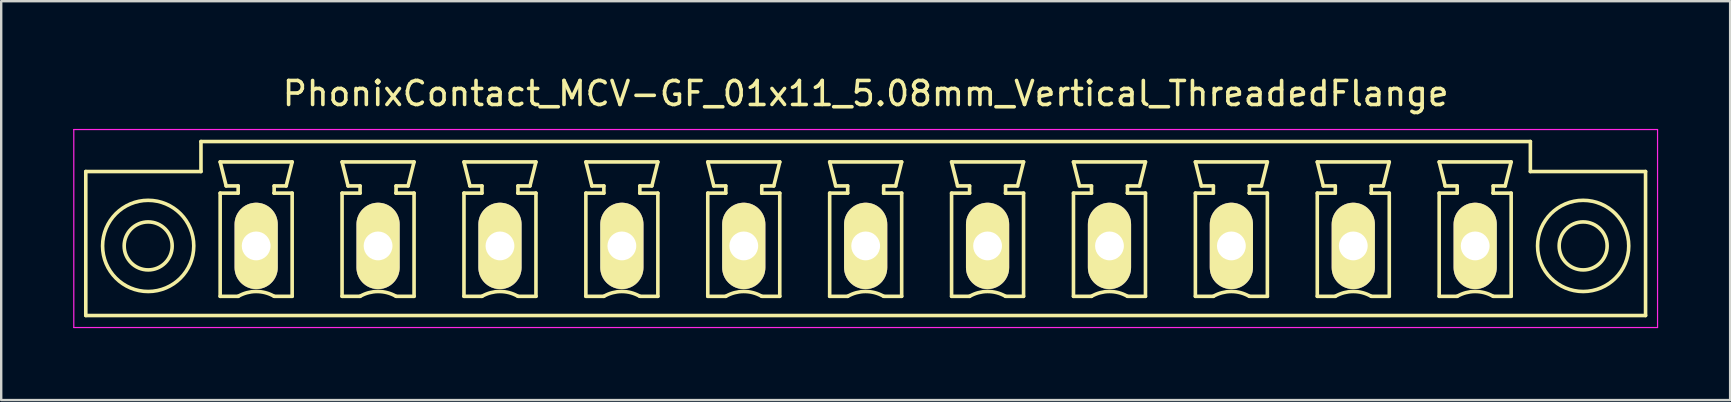
<source format=kicad_pcb>
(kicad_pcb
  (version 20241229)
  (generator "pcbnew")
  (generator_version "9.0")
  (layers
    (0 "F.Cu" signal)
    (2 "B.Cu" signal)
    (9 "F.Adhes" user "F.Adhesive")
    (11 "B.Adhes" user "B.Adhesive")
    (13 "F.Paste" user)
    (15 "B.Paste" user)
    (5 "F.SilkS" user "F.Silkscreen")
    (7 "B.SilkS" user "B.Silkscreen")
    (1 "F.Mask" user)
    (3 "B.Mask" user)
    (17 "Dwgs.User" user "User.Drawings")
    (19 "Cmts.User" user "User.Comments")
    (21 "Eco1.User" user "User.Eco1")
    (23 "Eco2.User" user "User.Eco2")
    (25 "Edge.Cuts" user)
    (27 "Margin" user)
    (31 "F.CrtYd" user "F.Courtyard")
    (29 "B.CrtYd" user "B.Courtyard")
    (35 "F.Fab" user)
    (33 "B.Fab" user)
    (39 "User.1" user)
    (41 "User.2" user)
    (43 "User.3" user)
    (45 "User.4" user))
  (footprint "PhonixContact_MCV-GF_01x11_5.08mm_Vertical_ThreadedFlange"
    (layer "F.Cu")
    (at 7.625 7.198)
    (property "Reference" "PhonixContact_MCV-GF_01x11_5.08mm_Vertical_ThreadedFlange" (at 25.4 -6.35 0) (layer "F.SilkS") (effects (font (size 1 1) (thickness 0.15))))
    (attr through_hole)
    (fp_line (start -7.1 -3.1) (end -7.1 2.9) (stroke (width 0.15) (type solid)) (layer "F.SilkS"))
    (fp_line (start -7.1 2.9) (end 57.9 2.9) (stroke (width 0.15) (type solid)) (layer "F.SilkS"))
    (fp_line (start -2.3 -4.35) (end -2.3 -3.1) (stroke (width 0.15) (type solid)) (layer "F.SilkS"))
    (fp_line (start -2.3 -3.1) (end -7.1 -3.1) (stroke (width 0.15) (type solid)) (layer "F.SilkS"))
    (fp_line (start -1.5 -3.5) (end 1.5 -3.5) (stroke (width 0.15) (type solid)) (layer "F.SilkS"))
    (fp_line (start -1.5 -2.2) (end -0.75 -2.2) (stroke (width 0.15) (type solid)) (layer "F.SilkS"))
    (fp_line (start -1.5 2.1) (end -1.5 -2.2) (stroke (width 0.15) (type solid)) (layer "F.SilkS"))
    (fp_line (start -1.25 -2.5) (end -1.5 -3.5) (stroke (width 0.15) (type solid)) (layer "F.SilkS"))
    (fp_line (start -0.75 -2.5) (end -1.25 -2.5) (stroke (width 0.15) (type solid)) (layer "F.SilkS"))
    (fp_line (start -0.75 -2.2) (end -0.75 -2.5) (stroke (width 0.15) (type solid)) (layer "F.SilkS"))
    (fp_line (start -0.75 2.1) (end -1.5 2.1) (stroke (width 0.15) (type solid)) (layer "F.SilkS"))
    (fp_line (start 0.75 -2.5) (end 0.75 -2.2) (stroke (width 0.15) (type solid)) (layer "F.SilkS"))
    (fp_line (start 0.75 -2.2) (end 0.75 -2.2) (stroke (width 0.15) (type solid)) (layer "F.SilkS"))
    (fp_line (start 0.75 -2.2) (end 1.5 -2.2) (stroke (width 0.15) (type solid)) (layer "F.SilkS"))
    (fp_line (start 1.25 -2.5) (end 0.75 -2.5) (stroke (width 0.15) (type solid)) (layer "F.SilkS"))
    (fp_line (start 1.5 -3.5) (end 1.25 -2.5) (stroke (width 0.15) (type solid)) (layer "F.SilkS"))
    (fp_line (start 1.5 -2.2) (end 1.5 2.1) (stroke (width 0.15) (type solid)) (layer "F.SilkS"))
    (fp_line (start 1.5 2.1) (end 0.75 2.1) (stroke (width 0.15) (type solid)) (layer "F.SilkS"))
    (fp_line (start 3.58 -3.5) (end 6.58 -3.5) (stroke (width 0.15) (type solid)) (layer "F.SilkS"))
    (fp_line (start 3.58 -2.2) (end 4.33 -2.2) (stroke (width 0.15) (type solid)) (layer "F.SilkS"))
    (fp_line (start 3.58 2.1) (end 3.58 -2.2) (stroke (width 0.15) (type solid)) (layer "F.SilkS"))
    (fp_line (start 3.83 -2.5) (end 3.58 -3.5) (stroke (width 0.15) (type solid)) (layer "F.SilkS"))
    (fp_line (start 4.33 -2.5) (end 3.83 -2.5) (stroke (width 0.15) (type solid)) (layer "F.SilkS"))
    (fp_line (start 4.33 -2.2) (end 4.33 -2.5) (stroke (width 0.15) (type solid)) (layer "F.SilkS"))
    (fp_line (start 4.33 2.1) (end 3.58 2.1) (stroke (width 0.15) (type solid)) (layer "F.SilkS"))
    (fp_line (start 5.83 -2.5) (end 5.83 -2.2) (stroke (width 0.15) (type solid)) (layer "F.SilkS"))
    (fp_line (start 5.83 -2.2) (end 5.83 -2.2) (stroke (width 0.15) (type solid)) (layer "F.SilkS"))
    (fp_line (start 5.83 -2.2) (end 6.58 -2.2) (stroke (width 0.15) (type solid)) (layer "F.SilkS"))
    (fp_line (start 6.33 -2.5) (end 5.83 -2.5) (stroke (width 0.15) (type solid)) (layer "F.SilkS"))
    (fp_line (start 6.58 -3.5) (end 6.33 -2.5) (stroke (width 0.15) (type solid)) (layer "F.SilkS"))
    (fp_line (start 6.58 -2.2) (end 6.58 2.1) (stroke (width 0.15) (type solid)) (layer "F.SilkS"))
    (fp_line (start 6.58 2.1) (end 5.83 2.1) (stroke (width 0.15) (type solid)) (layer "F.SilkS"))
    (fp_line (start 8.66 -3.5) (end 11.66 -3.5) (stroke (width 0.15) (type solid)) (layer "F.SilkS"))
    (fp_line (start 8.66 -2.2) (end 9.41 -2.2) (stroke (width 0.15) (type solid)) (layer "F.SilkS"))
    (fp_line (start 8.66 2.1) (end 8.66 -2.2) (stroke (width 0.15) (type solid)) (layer "F.SilkS"))
    (fp_line (start 8.91 -2.5) (end 8.66 -3.5) (stroke (width 0.15) (type solid)) (layer "F.SilkS"))
    (fp_line (start 9.41 -2.5) (end 8.91 -2.5) (stroke (width 0.15) (type solid)) (layer "F.SilkS"))
    (fp_line (start 9.41 -2.2) (end 9.41 -2.5) (stroke (width 0.15) (type solid)) (layer "F.SilkS"))
    (fp_line (start 9.41 2.1) (end 8.66 2.1) (stroke (width 0.15) (type solid)) (layer "F.SilkS"))
    (fp_line (start 10.91 -2.5) (end 10.91 -2.2) (stroke (width 0.15) (type solid)) (layer "F.SilkS"))
    (fp_line (start 10.91 -2.2) (end 10.91 -2.2) (stroke (width 0.15) (type solid)) (layer "F.SilkS"))
    (fp_line (start 10.91 -2.2) (end 11.66 -2.2) (stroke (width 0.15) (type solid)) (layer "F.SilkS"))
    (fp_line (start 11.41 -2.5) (end 10.91 -2.5) (stroke (width 0.15) (type solid)) (layer "F.SilkS"))
    (fp_line (start 11.66 -3.5) (end 11.41 -2.5) (stroke (width 0.15) (type solid)) (layer "F.SilkS"))
    (fp_line (start 11.66 -2.2) (end 11.66 2.1) (stroke (width 0.15) (type solid)) (layer "F.SilkS"))
    (fp_line (start 11.66 2.1) (end 10.91 2.1) (stroke (width 0.15) (type solid)) (layer "F.SilkS"))
    (fp_line (start 13.74 -3.5) (end 16.74 -3.5) (stroke (width 0.15) (type solid)) (layer "F.SilkS"))
    (fp_line (start 13.74 -2.2) (end 14.49 -2.2) (stroke (width 0.15) (type solid)) (layer "F.SilkS"))
    (fp_line (start 13.74 2.1) (end 13.74 -2.2) (stroke (width 0.15) (type solid)) (layer "F.SilkS"))
    (fp_line (start 13.99 -2.5) (end 13.74 -3.5) (stroke (width 0.15) (type solid)) (layer "F.SilkS"))
    (fp_line (start 14.49 -2.5) (end 13.99 -2.5) (stroke (width 0.15) (type solid)) (layer "F.SilkS"))
    (fp_line (start 14.49 -2.2) (end 14.49 -2.5) (stroke (width 0.15) (type solid)) (layer "F.SilkS"))
    (fp_line (start 14.49 2.1) (end 13.74 2.1) (stroke (width 0.15) (type solid)) (layer "F.SilkS"))
    (fp_line (start 15.99 -2.5) (end 15.99 -2.2) (stroke (width 0.15) (type solid)) (layer "F.SilkS"))
    (fp_line (start 15.99 -2.2) (end 15.99 -2.2) (stroke (width 0.15) (type solid)) (layer "F.SilkS"))
    (fp_line (start 15.99 -2.2) (end 16.74 -2.2) (stroke (width 0.15) (type solid)) (layer "F.SilkS"))
    (fp_line (start 16.49 -2.5) (end 15.99 -2.5) (stroke (width 0.15) (type solid)) (layer "F.SilkS"))
    (fp_line (start 16.74 -3.5) (end 16.49 -2.5) (stroke (width 0.15) (type solid)) (layer "F.SilkS"))
    (fp_line (start 16.74 -2.2) (end 16.74 2.1) (stroke (width 0.15) (type solid)) (layer "F.SilkS"))
    (fp_line (start 16.74 2.1) (end 15.99 2.1) (stroke (width 0.15) (type solid)) (layer "F.SilkS"))
    (fp_line (start 18.82 -3.5) (end 21.82 -3.5) (stroke (width 0.15) (type solid)) (layer "F.SilkS"))
    (fp_line (start 18.82 -2.2) (end 19.57 -2.2) (stroke (width 0.15) (type solid)) (layer "F.SilkS"))
    (fp_line (start 18.82 2.1) (end 18.82 -2.2) (stroke (width 0.15) (type solid)) (layer "F.SilkS"))
    (fp_line (start 19.07 -2.5) (end 18.82 -3.5) (stroke (width 0.15) (type solid)) (layer "F.SilkS"))
    (fp_line (start 19.57 -2.5) (end 19.07 -2.5) (stroke (width 0.15) (type solid)) (layer "F.SilkS"))
    (fp_line (start 19.57 -2.2) (end 19.57 -2.5) (stroke (width 0.15) (type solid)) (layer "F.SilkS"))
    (fp_line (start 19.57 2.1) (end 18.82 2.1) (stroke (width 0.15) (type solid)) (layer "F.SilkS"))
    (fp_line (start 21.07 -2.5) (end 21.07 -2.2) (stroke (width 0.15) (type solid)) (layer "F.SilkS"))
    (fp_line (start 21.07 -2.2) (end 21.07 -2.2) (stroke (width 0.15) (type solid)) (layer "F.SilkS"))
    (fp_line (start 21.07 -2.2) (end 21.82 -2.2) (stroke (width 0.15) (type solid)) (layer "F.SilkS"))
    (fp_line (start 21.57 -2.5) (end 21.07 -2.5) (stroke (width 0.15) (type solid)) (layer "F.SilkS"))
    (fp_line (start 21.82 -3.5) (end 21.57 -2.5) (stroke (width 0.15) (type solid)) (layer "F.SilkS"))
    (fp_line (start 21.82 -2.2) (end 21.82 2.1) (stroke (width 0.15) (type solid)) (layer "F.SilkS"))
    (fp_line (start 21.82 2.1) (end 21.07 2.1) (stroke (width 0.15) (type solid)) (layer "F.SilkS"))
    (fp_line (start 23.9 -3.5) (end 26.9 -3.5) (stroke (width 0.15) (type solid)) (layer "F.SilkS"))
    (fp_line (start 23.9 -2.2) (end 24.65 -2.2) (stroke (width 0.15) (type solid)) (layer "F.SilkS"))
    (fp_line (start 23.9 2.1) (end 23.9 -2.2) (stroke (width 0.15) (type solid)) (layer "F.SilkS"))
    (fp_line (start 24.15 -2.5) (end 23.9 -3.5) (stroke (width 0.15) (type solid)) (layer "F.SilkS"))
    (fp_line (start 24.65 -2.5) (end 24.15 -2.5) (stroke (width 0.15) (type solid)) (layer "F.SilkS"))
    (fp_line (start 24.65 -2.2) (end 24.65 -2.5) (stroke (width 0.15) (type solid)) (layer "F.SilkS"))
    (fp_line (start 24.65 2.1) (end 23.9 2.1) (stroke (width 0.15) (type solid)) (layer "F.SilkS"))
    (fp_line (start 26.15 -2.5) (end 26.15 -2.2) (stroke (width 0.15) (type solid)) (layer "F.SilkS"))
    (fp_line (start 26.15 -2.2) (end 26.15 -2.2) (stroke (width 0.15) (type solid)) (layer "F.SilkS"))
    (fp_line (start 26.15 -2.2) (end 26.9 -2.2) (stroke (width 0.15) (type solid)) (layer "F.SilkS"))
    (fp_line (start 26.65 -2.5) (end 26.15 -2.5) (stroke (width 0.15) (type solid)) (layer "F.SilkS"))
    (fp_line (start 26.9 -3.5) (end 26.65 -2.5) (stroke (width 0.15) (type solid)) (layer "F.SilkS"))
    (fp_line (start 26.9 -2.2) (end 26.9 2.1) (stroke (width 0.15) (type solid)) (layer "F.SilkS"))
    (fp_line (start 26.9 2.1) (end 26.15 2.1) (stroke (width 0.15) (type solid)) (layer "F.SilkS"))
    (fp_line (start 28.98 -3.5) (end 31.98 -3.5) (stroke (width 0.15) (type solid)) (layer "F.SilkS"))
    (fp_line (start 28.98 -2.2) (end 29.73 -2.2) (stroke (width 0.15) (type solid)) (layer "F.SilkS"))
    (fp_line (start 28.98 2.1) (end 28.98 -2.2) (stroke (width 0.15) (type solid)) (layer "F.SilkS"))
    (fp_line (start 29.23 -2.5) (end 28.98 -3.5) (stroke (width 0.15) (type solid)) (layer "F.SilkS"))
    (fp_line (start 29.73 -2.5) (end 29.23 -2.5) (stroke (width 0.15) (type solid)) (layer "F.SilkS"))
    (fp_line (start 29.73 -2.2) (end 29.73 -2.5) (stroke (width 0.15) (type solid)) (layer "F.SilkS"))
    (fp_line (start 29.73 2.1) (end 28.98 2.1) (stroke (width 0.15) (type solid)) (layer "F.SilkS"))
    (fp_line (start 31.23 -2.5) (end 31.23 -2.2) (stroke (width 0.15) (type solid)) (layer "F.SilkS"))
    (fp_line (start 31.23 -2.2) (end 31.23 -2.2) (stroke (width 0.15) (type solid)) (layer "F.SilkS"))
    (fp_line (start 31.23 -2.2) (end 31.98 -2.2) (stroke (width 0.15) (type solid)) (layer "F.SilkS"))
    (fp_line (start 31.73 -2.5) (end 31.23 -2.5) (stroke (width 0.15) (type solid)) (layer "F.SilkS"))
    (fp_line (start 31.98 -3.5) (end 31.73 -2.5) (stroke (width 0.15) (type solid)) (layer "F.SilkS"))
    (fp_line (start 31.98 -2.2) (end 31.98 2.1) (stroke (width 0.15) (type solid)) (layer "F.SilkS"))
    (fp_line (start 31.98 2.1) (end 31.23 2.1) (stroke (width 0.15) (type solid)) (layer "F.SilkS"))
    (fp_line (start 34.06 -3.5) (end 37.06 -3.5) (stroke (width 0.15) (type solid)) (layer "F.SilkS"))
    (fp_line (start 34.06 -2.2) (end 34.81 -2.2) (stroke (width 0.15) (type solid)) (layer "F.SilkS"))
    (fp_line (start 34.06 2.1) (end 34.06 -2.2) (stroke (width 0.15) (type solid)) (layer "F.SilkS"))
    (fp_line (start 34.31 -2.5) (end 34.06 -3.5) (stroke (width 0.15) (type solid)) (layer "F.SilkS"))
    (fp_line (start 34.81 -2.5) (end 34.31 -2.5) (stroke (width 0.15) (type solid)) (layer "F.SilkS"))
    (fp_line (start 34.81 -2.2) (end 34.81 -2.5) (stroke (width 0.15) (type solid)) (layer "F.SilkS"))
    (fp_line (start 34.81 2.1) (end 34.06 2.1) (stroke (width 0.15) (type solid)) (layer "F.SilkS"))
    (fp_line (start 36.31 -2.5) (end 36.31 -2.2) (stroke (width 0.15) (type solid)) (layer "F.SilkS"))
    (fp_line (start 36.31 -2.2) (end 36.31 -2.2) (stroke (width 0.15) (type solid)) (layer "F.SilkS"))
    (fp_line (start 36.31 -2.2) (end 37.06 -2.2) (stroke (width 0.15) (type solid)) (layer "F.SilkS"))
    (fp_line (start 36.81 -2.5) (end 36.31 -2.5) (stroke (width 0.15) (type solid)) (layer "F.SilkS"))
    (fp_line (start 37.06 -3.5) (end 36.81 -2.5) (stroke (width 0.15) (type solid)) (layer "F.SilkS"))
    (fp_line (start 37.06 -2.2) (end 37.06 2.1) (stroke (width 0.15) (type solid)) (layer "F.SilkS"))
    (fp_line (start 37.06 2.1) (end 36.31 2.1) (stroke (width 0.15) (type solid)) (layer "F.SilkS"))
    (fp_line (start 39.14 -3.5) (end 42.14 -3.5) (stroke (width 0.15) (type solid)) (layer "F.SilkS"))
    (fp_line (start 39.14 -2.2) (end 39.89 -2.2) (stroke (width 0.15) (type solid)) (layer "F.SilkS"))
    (fp_line (start 39.14 2.1) (end 39.14 -2.2) (stroke (width 0.15) (type solid)) (layer "F.SilkS"))
    (fp_line (start 39.39 -2.5) (end 39.14 -3.5) (stroke (width 0.15) (type solid)) (layer "F.SilkS"))
    (fp_line (start 39.89 -2.5) (end 39.39 -2.5) (stroke (width 0.15) (type solid)) (layer "F.SilkS"))
    (fp_line (start 39.89 -2.2) (end 39.89 -2.5) (stroke (width 0.15) (type solid)) (layer "F.SilkS"))
    (fp_line (start 39.89 2.1) (end 39.14 2.1) (stroke (width 0.15) (type solid)) (layer "F.SilkS"))
    (fp_line (start 41.39 -2.5) (end 41.39 -2.2) (stroke (width 0.15) (type solid)) (layer "F.SilkS"))
    (fp_line (start 41.39 -2.2) (end 41.39 -2.2) (stroke (width 0.15) (type solid)) (layer "F.SilkS"))
    (fp_line (start 41.39 -2.2) (end 42.14 -2.2) (stroke (width 0.15) (type solid)) (layer "F.SilkS"))
    (fp_line (start 41.89 -2.5) (end 41.39 -2.5) (stroke (width 0.15) (type solid)) (layer "F.SilkS"))
    (fp_line (start 42.14 -3.5) (end 41.89 -2.5) (stroke (width 0.15) (type solid)) (layer "F.SilkS"))
    (fp_line (start 42.14 -2.2) (end 42.14 2.1) (stroke (width 0.15) (type solid)) (layer "F.SilkS"))
    (fp_line (start 42.14 2.1) (end 41.39 2.1) (stroke (width 0.15) (type solid)) (layer "F.SilkS"))
    (fp_line (start 44.22 -3.5) (end 47.22 -3.5) (stroke (width 0.15) (type solid)) (layer "F.SilkS"))
    (fp_line (start 44.22 -2.2) (end 44.97 -2.2) (stroke (width 0.15) (type solid)) (layer "F.SilkS"))
    (fp_line (start 44.22 2.1) (end 44.22 -2.2) (stroke (width 0.15) (type solid)) (layer "F.SilkS"))
    (fp_line (start 44.47 -2.5) (end 44.22 -3.5) (stroke (width 0.15) (type solid)) (layer "F.SilkS"))
    (fp_line (start 44.97 -2.5) (end 44.47 -2.5) (stroke (width 0.15) (type solid)) (layer "F.SilkS"))
    (fp_line (start 44.97 -2.2) (end 44.97 -2.5) (stroke (width 0.15) (type solid)) (layer "F.SilkS"))
    (fp_line (start 44.97 2.1) (end 44.22 2.1) (stroke (width 0.15) (type solid)) (layer "F.SilkS"))
    (fp_line (start 46.47 -2.5) (end 46.47 -2.2) (stroke (width 0.15) (type solid)) (layer "F.SilkS"))
    (fp_line (start 46.47 -2.2) (end 46.47 -2.2) (stroke (width 0.15) (type solid)) (layer "F.SilkS"))
    (fp_line (start 46.47 -2.2) (end 47.22 -2.2) (stroke (width 0.15) (type solid)) (layer "F.SilkS"))
    (fp_line (start 46.97 -2.5) (end 46.47 -2.5) (stroke (width 0.15) (type solid)) (layer "F.SilkS"))
    (fp_line (start 47.22 -3.5) (end 46.97 -2.5) (stroke (width 0.15) (type solid)) (layer "F.SilkS"))
    (fp_line (start 47.22 -2.2) (end 47.22 2.1) (stroke (width 0.15) (type solid)) (layer "F.SilkS"))
    (fp_line (start 47.22 2.1) (end 46.47 2.1) (stroke (width 0.15) (type solid)) (layer "F.SilkS"))
    (fp_line (start 49.3 -3.5) (end 52.3 -3.5) (stroke (width 0.15) (type solid)) (layer "F.SilkS"))
    (fp_line (start 49.3 -2.2) (end 50.05 -2.2) (stroke (width 0.15) (type solid)) (layer "F.SilkS"))
    (fp_line (start 49.3 2.1) (end 49.3 -2.2) (stroke (width 0.15) (type solid)) (layer "F.SilkS"))
    (fp_line (start 49.55 -2.5) (end 49.3 -3.5) (stroke (width 0.15) (type solid)) (layer "F.SilkS"))
    (fp_line (start 50.05 -2.5) (end 49.55 -2.5) (stroke (width 0.15) (type solid)) (layer "F.SilkS"))
    (fp_line (start 50.05 -2.2) (end 50.05 -2.5) (stroke (width 0.15) (type solid)) (layer "F.SilkS"))
    (fp_line (start 50.05 2.1) (end 49.3 2.1) (stroke (width 0.15) (type solid)) (layer "F.SilkS"))
    (fp_line (start 51.55 -2.5) (end 51.55 -2.2) (stroke (width 0.15) (type solid)) (layer "F.SilkS"))
    (fp_line (start 51.55 -2.2) (end 51.55 -2.2) (stroke (width 0.15) (type solid)) (layer "F.SilkS"))
    (fp_line (start 51.55 -2.2) (end 52.3 -2.2) (stroke (width 0.15) (type solid)) (layer "F.SilkS"))
    (fp_line (start 52.05 -2.5) (end 51.55 -2.5) (stroke (width 0.15) (type solid)) (layer "F.SilkS"))
    (fp_line (start 52.3 -3.5) (end 52.05 -2.5) (stroke (width 0.15) (type solid)) (layer "F.SilkS"))
    (fp_line (start 52.3 -2.2) (end 52.3 2.1) (stroke (width 0.15) (type solid)) (layer "F.SilkS"))
    (fp_line (start 52.3 2.1) (end 51.55 2.1) (stroke (width 0.15) (type solid)) (layer "F.SilkS"))
    (fp_line (start 53.1 -4.35) (end -2.3 -4.35) (stroke (width 0.15) (type solid)) (layer "F.SilkS"))
    (fp_line (start 53.1 -3.1) (end 53.1 -4.35) (stroke (width 0.15) (type solid)) (layer "F.SilkS"))
    (fp_line (start 57.9 -3.1) (end 53.1 -3.1) (stroke (width 0.15) (type solid)) (layer "F.SilkS"))
    (fp_line (start 57.9 2.9) (end 57.9 -3.1) (stroke (width 0.15) (type solid)) (layer "F.SilkS"))
    (fp_arc (start -0.75 2.1) (mid -0.006068 1.899179) (end 0.739464 2.093978) (stroke (width 0.15) (type solid)) (layer "F.SilkS"))
    (fp_arc (start 4.33 2.1) (mid 5.073932 1.899179) (end 5.819464 2.093978) (stroke (width 0.15) (type solid)) (layer "F.SilkS"))
    (fp_arc (start 9.41 2.1) (mid 10.153932 1.899179) (end 10.899464 2.093978) (stroke (width 0.15) (type solid)) (layer "F.SilkS"))
    (fp_arc (start 14.49 2.1) (mid 15.233932 1.899179) (end 15.979464 2.093978) (stroke (width 0.15) (type solid)) (layer "F.SilkS"))
    (fp_arc (start 19.57 2.1) (mid 20.313932 1.899179) (end 21.059464 2.093978) (stroke (width 0.15) (type solid)) (layer "F.SilkS"))
    (fp_arc (start 24.65 2.1) (mid 25.393932 1.899179) (end 26.139464 2.093978) (stroke (width 0.15) (type solid)) (layer "F.SilkS"))
    (fp_arc (start 29.73 2.1) (mid 30.473932 1.899179) (end 31.219464 2.093978) (stroke (width 0.15) (type solid)) (layer "F.SilkS"))
    (fp_arc (start 34.81 2.1) (mid 35.553932 1.899179) (end 36.299464 2.093978) (stroke (width 0.15) (type solid)) (layer "F.SilkS"))
    (fp_arc (start 39.89 2.1) (mid 40.633932 1.899179) (end 41.379464 2.093978) (stroke (width 0.15) (type solid)) (layer "F.SilkS"))
    (fp_arc (start 44.97 2.1) (mid 45.713932 1.899179) (end 46.459464 2.093978) (stroke (width 0.15) (type solid)) (layer "F.SilkS"))
    (fp_arc (start 50.05 2.1) (mid 50.793932 1.899179) (end 51.539464 2.093978) (stroke (width 0.15) (type solid)) (layer "F.SilkS"))
    (fp_circle (center -4.5 0) (end -3.5 0) (stroke (width 0.15) (type solid)) (fill no) (layer "F.SilkS"))
    (fp_circle (center -4.5 0) (end -2.6 0) (stroke (width 0.15) (type solid)) (fill no) (layer "F.SilkS"))
    (fp_circle (center 55.3 0) (end 56.3 0) (stroke (width 0.15) (type solid)) (fill no) (layer "F.SilkS"))
    (fp_circle (center 55.3 0) (end 57.2 0) (stroke (width 0.15) (type solid)) (fill no) (layer "F.SilkS"))
    (fp_line (start -7.6 -4.85) (end -7.6 3.4) (stroke (width 0.05) (type solid)) (layer "F.CrtYd"))
    (fp_line (start -7.6 3.4) (end 58.4 3.4) (stroke (width 0.05) (type solid)) (layer "F.CrtYd"))
    (fp_line (start 58.4 -4.85) (end -7.6 -4.85) (stroke (width 0.05) (type solid)) (layer "F.CrtYd"))
    (fp_line (start 58.4 3.4) (end 58.4 -4.85) (stroke (width 0.05) (type solid)) (layer "F.CrtYd"))
    (pad "1" thru_hole oval (at 0 0) (size 1.8 3.6) (drill 1.2) (layers "*.Cu" "*.Mask" "F.SilkS"))
    (pad "2" thru_hole oval (at 5.08 0) (size 1.8 3.6) (drill 1.2) (layers "*.Cu" "*.Mask" "F.SilkS"))
    (pad "3" thru_hole oval (at 10.16 0) (size 1.8 3.6) (drill 1.2) (layers "*.Cu" "*.Mask" "F.SilkS"))
    (pad "4" thru_hole oval (at 15.24 0) (size 1.8 3.6) (drill 1.2) (layers "*.Cu" "*.Mask" "F.SilkS"))
    (pad "5" thru_hole oval (at 20.32 0) (size 1.8 3.6) (drill 1.2) (layers "*.Cu" "*.Mask" "F.SilkS"))
    (pad "6" thru_hole oval (at 25.4 0) (size 1.8 3.6) (drill 1.2) (layers "*.Cu" "*.Mask" "F.SilkS"))
    (pad "7" thru_hole oval (at 30.48 0) (size 1.8 3.6) (drill 1.2) (layers "*.Cu" "*.Mask" "F.SilkS"))
    (pad "8" thru_hole oval (at 35.56 0) (size 1.8 3.6) (drill 1.2) (layers "*.Cu" "*.Mask" "F.SilkS"))
    (pad "9" thru_hole oval (at 40.64 0) (size 1.8 3.6) (drill 1.2) (layers "*.Cu" "*.Mask" "F.SilkS"))
    (pad "10" thru_hole oval (at 45.72 0) (size 1.8 3.6) (drill 1.2) (layers "*.Cu" "*.Mask" "F.SilkS"))
    (pad "11" thru_hole oval (at 50.8 0) (size 1.8 3.6) (drill 1.2) (layers "*.Cu" "*.Mask" "F.SilkS")))
  (gr_rect
    (start -3 -3)
    (end 69.05 13.623)
    (stroke (width 0.1) (type default))
    (fill no)
    (layer "Edge.Cuts")))
</source>
